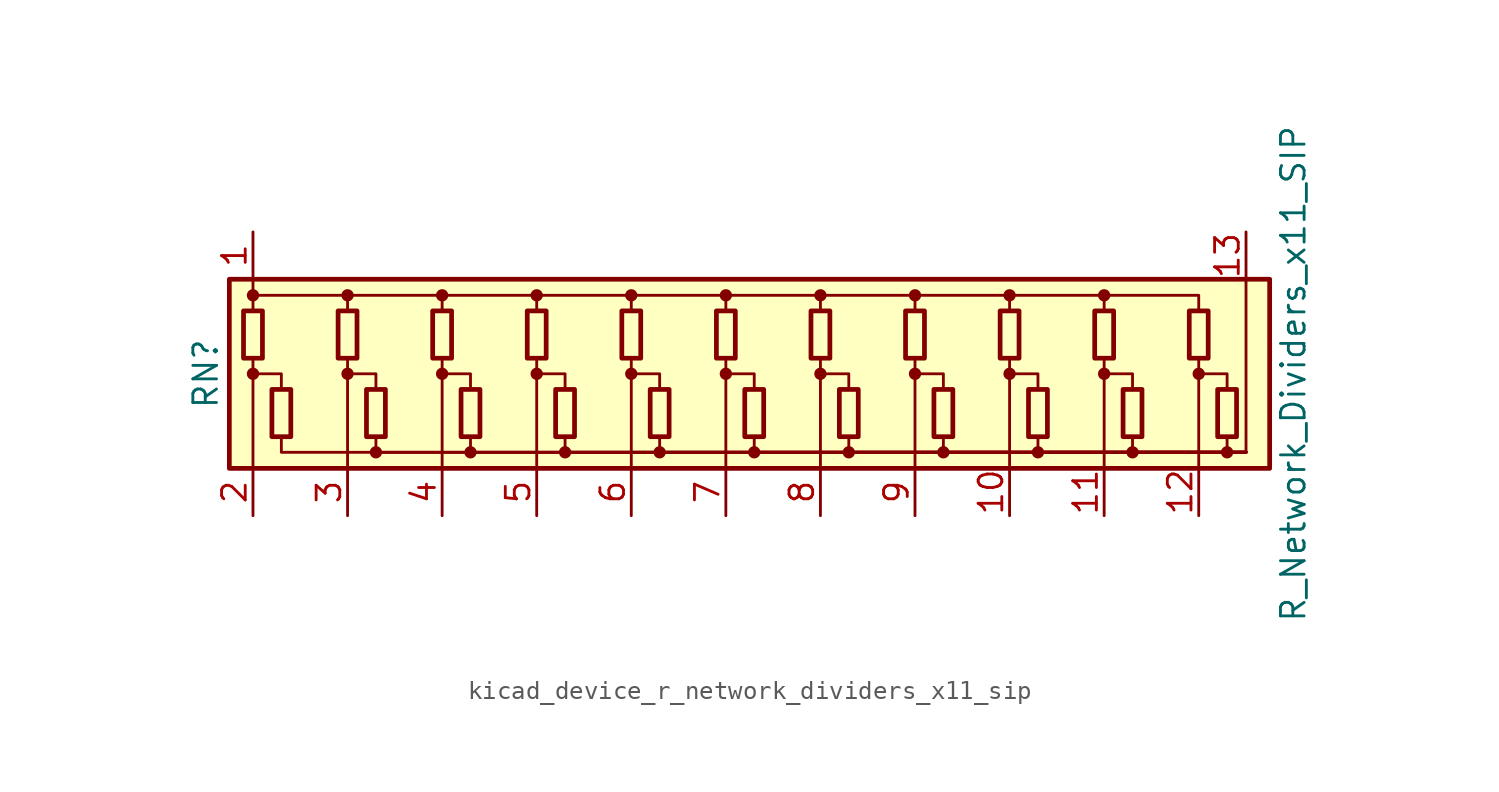
<source format=kicad_sym>
(kicad_symbol_lib
  (version 20220914)
  (generator kicad_symbol_editor)
  (symbol "kicad_device_r_network_dividers_x11_sip"
    (pin_names
      (offset 0) hide)
    (property "Reference" "RN"
      (at -27.94 0 90)
      (effects (font (size 1.27 1.27))))
    (property "Value" "R_Network_Dividers_x11_SIP"
      (at 30.48 0 90)
      (effects (font (size 1.27 1.27))))
    (symbol "kicad_device_r_network_dividers_x11_sip_0_1"
      (rectangle (start -26.67 -5.08) (end 29.21 5.08) (stroke (width 0.254) (type default)) (fill (type background)))
      (rectangle (start -25.908 3.378) (end -24.892 0.838) (stroke (width 0.254) (type default)) (fill (type none)))
      (circle (center -25.4 0) (radius 0.254) (stroke (width 0) (type default)) (fill (type outline)))
      (circle (center -25.4 4.216) (radius 0.254) (stroke (width 0) (type default)) (fill (type outline)))
      (rectangle (start -24.384 -3.378) (end -23.368 -0.838) (stroke (width 0.254) (type default)) (fill (type none)))
      (rectangle (start -20.828 3.378) (end -19.812 0.838) (stroke (width 0.254) (type default)) (fill (type none)))
      (circle (center -20.32 0) (radius 0.254) (stroke (width 0) (type default)) (fill (type outline)))
      (circle (center -20.32 4.216) (radius 0.254) (stroke (width 0) (type default)) (fill (type outline)))
      (rectangle (start -19.304 -3.378) (end -18.288 -0.838) (stroke (width 0.254) (type default)) (fill (type none)))
      (circle (center -18.796 -4.216) (radius 0.254) (stroke (width 0) (type default)) (fill (type outline)))
      (rectangle (start -15.748 3.378) (end -14.732 0.838) (stroke (width 0.254) (type default)) (fill (type none)))
      (circle (center -15.24 0) (radius 0.254) (stroke (width 0) (type default)) (fill (type outline)))
      (circle (center -15.24 4.216) (radius 0.254) (stroke (width 0) (type default)) (fill (type outline)))
      (rectangle (start -14.224 -3.378) (end -13.208 -0.838) (stroke (width 0.254) (type default)) (fill (type none)))
      (circle (center -13.716 -4.216) (radius 0.254) (stroke (width 0) (type default)) (fill (type outline)))
      (rectangle (start -10.668 3.378) (end -9.652 0.838) (stroke (width 0.254) (type default)) (fill (type none)))
      (circle (center -10.16 0) (radius 0.254) (stroke (width 0) (type default)) (fill (type outline)))
      (circle (center -10.16 4.216) (radius 0.254) (stroke (width 0) (type default)) (fill (type outline)))
      (rectangle (start -9.144 -3.378) (end -8.128 -0.838) (stroke (width 0.254) (type default)) (fill (type none)))
      (circle (center -8.636 -4.216) (radius 0.254) (stroke (width 0) (type default)) (fill (type outline)))
      (rectangle (start -5.588 3.378) (end -4.572 0.838) (stroke (width 0.254) (type default)) (fill (type none)))
      (circle (center -5.08 0) (radius 0.254) (stroke (width 0) (type default)) (fill (type outline)))
      (circle (center -5.08 4.216) (radius 0.254) (stroke (width 0) (type default)) (fill (type outline)))
      (rectangle (start -4.064 -3.378) (end -3.048 -0.838) (stroke (width 0.254) (type default)) (fill (type none)))
      (circle (center -3.556 -4.216) (radius 0.254) (stroke (width 0) (type default)) (fill (type outline)))
      (rectangle (start -0.508 3.378) (end 0.508 0.838) (stroke (width 0.254) (type default)) (fill (type none)))
      (polyline (pts (xy -25.4 -5.08) (xy -25.4 0.838)) (stroke (width 0) (type default)) (fill (type none)))
      (polyline (pts (xy -25.4 5.08) (xy -25.4 3.378)) (stroke (width 0) (type default)) (fill (type none)))
      (polyline (pts (xy -20.32 -5.08) (xy -20.32 0.838)) (stroke (width 0) (type default)) (fill (type none)))
      (polyline (pts (xy -15.24 -5.08) (xy -15.24 0.838)) (stroke (width 0) (type default)) (fill (type none)))
      (polyline (pts (xy -10.16 -5.08) (xy -10.16 0.838)) (stroke (width 0) (type default)) (fill (type none)))
      (polyline (pts (xy -5.08 -5.08) (xy -5.08 0.838)) (stroke (width 0) (type default)) (fill (type none)))
      (polyline (pts (xy 0 -5.08) (xy 0 0.838)) (stroke (width 0) (type default)) (fill (type none)))
      (polyline (pts (xy 5.08 -5.08) (xy 5.08 0.838)) (stroke (width 0) (type default)) (fill (type none)))
      (polyline (pts (xy 10.16 -5.08) (xy 10.16 0.838)) (stroke (width 0) (type default)) (fill (type none)))
      (polyline (pts (xy 15.24 -5.08) (xy 15.24 0.838)) (stroke (width 0) (type default)) (fill (type none)))
      (polyline (pts (xy 20.32 -5.08) (xy 20.32 0.838)) (stroke (width 0) (type default)) (fill (type none)))
      (polyline (pts (xy 25.4 -5.08) (xy 25.4 0.838)) (stroke (width 0) (type default)) (fill (type none)))
      (polyline (pts (xy 27.94 -4.216) (xy 27.94 5.08)) (stroke (width 0) (type default)) (fill (type none)))
      (polyline (pts (xy -25.4 0) (xy -23.876 0) (xy -23.876 -0.838)) (stroke (width 0) (type default)) (fill (type none)))
      (polyline (pts (xy -25.4 4.216) (xy -20.32 4.216) (xy -20.32 3.378)) (stroke (width 0) (type default)) (fill (type none)))
      (polyline (pts (xy -23.876 -3.378) (xy -23.876 -4.216) (xy 27.94 -4.216)) (stroke (width 0) (type default)) (fill (type none)))
      (polyline (pts (xy -20.32 0) (xy -18.796 0) (xy -18.796 -0.838)) (stroke (width 0) (type default)) (fill (type none)))
      (polyline (pts (xy -20.32 4.216) (xy -15.24 4.216) (xy -15.24 3.378)) (stroke (width 0) (type default)) (fill (type none)))
      (polyline (pts (xy -18.796 -3.378) (xy -18.796 -4.216) (xy 27.94 -4.216)) (stroke (width 0) (type default)) (fill (type none)))
      (polyline (pts (xy -15.24 0) (xy -13.716 0) (xy -13.716 -0.838)) (stroke (width 0) (type default)) (fill (type none)))
      (polyline (pts (xy -15.24 4.216) (xy -10.16 4.216) (xy -10.16 3.378)) (stroke (width 0) (type default)) (fill (type none)))
      (polyline (pts (xy -13.716 -3.378) (xy -13.716 -4.216) (xy 27.94 -4.216)) (stroke (width 0) (type default)) (fill (type none)))
      (polyline (pts (xy -10.16 0) (xy -8.636 0) (xy -8.636 -0.838)) (stroke (width 0) (type default)) (fill (type none)))
      (polyline (pts (xy -10.16 4.216) (xy -5.08 4.216) (xy -5.08 3.378)) (stroke (width 0) (type default)) (fill (type none)))
      (polyline (pts (xy -8.636 -3.378) (xy -8.636 -4.216) (xy 27.94 -4.216)) (stroke (width 0) (type default)) (fill (type none)))
      (polyline (pts (xy -5.08 0) (xy -3.556 0) (xy -3.556 -0.838)) (stroke (width 0) (type default)) (fill (type none)))
      (polyline (pts (xy -5.08 4.216) (xy 0 4.216) (xy 0 3.378)) (stroke (width 0) (type default)) (fill (type none)))
      (polyline (pts (xy -3.556 -3.378) (xy -3.556 -4.216) (xy 27.94 -4.216)) (stroke (width 0) (type default)) (fill (type none)))
      (polyline (pts (xy 0 0) (xy 1.524 0) (xy 1.524 -0.838)) (stroke (width 0) (type default)) (fill (type none)))
      (polyline (pts (xy 0 4.216) (xy 5.08 4.216) (xy 5.08 3.378)) (stroke (width 0) (type default)) (fill (type none)))
      (polyline (pts (xy 1.524 -3.378) (xy 1.524 -4.216) (xy 27.94 -4.216)) (stroke (width 0) (type default)) (fill (type none)))
      (polyline (pts (xy 5.08 0) (xy 6.604 0) (xy 6.604 -0.838)) (stroke (width 0) (type default)) (fill (type none)))
      (polyline (pts (xy 5.08 4.216) (xy 10.16 4.216) (xy 10.16 3.378)) (stroke (width 0) (type default)) (fill (type none)))
      (polyline (pts (xy 6.604 -3.378) (xy 6.604 -4.216) (xy 27.94 -4.216)) (stroke (width 0) (type default)) (fill (type none)))
      (polyline (pts (xy 10.16 0) (xy 11.684 0) (xy 11.684 -0.838)) (stroke (width 0) (type default)) (fill (type none)))
      (polyline (pts (xy 10.16 4.216) (xy 15.24 4.216) (xy 15.24 3.378)) (stroke (width 0) (type default)) (fill (type none)))
      (polyline (pts (xy 11.684 -3.378) (xy 11.684 -4.216) (xy 27.94 -4.216)) (stroke (width 0) (type default)) (fill (type none)))
      (polyline (pts (xy 15.24 0) (xy 16.764 0) (xy 16.764 -0.838)) (stroke (width 0) (type default)) (fill (type none)))
      (polyline (pts (xy 15.24 4.216) (xy 20.32 4.216) (xy 20.32 3.378)) (stroke (width 0) (type default)) (fill (type none)))
      (polyline (pts (xy 16.764 -3.378) (xy 16.764 -4.216) (xy 27.94 -4.216)) (stroke (width 0) (type default)) (fill (type none)))
      (polyline (pts (xy 20.32 0) (xy 21.844 0) (xy 21.844 -0.838)) (stroke (width 0) (type default)) (fill (type none)))
      (polyline (pts (xy 20.32 4.216) (xy 25.4 4.216) (xy 25.4 3.378)) (stroke (width 0) (type default)) (fill (type none)))
      (polyline (pts (xy 21.844 -3.378) (xy 21.844 -4.216) (xy 27.94 -4.216)) (stroke (width 0) (type default)) (fill (type none)))
      (polyline (pts (xy 25.4 0) (xy 26.924 0) (xy 26.924 -0.838)) (stroke (width 0) (type default)) (fill (type none)))
      (polyline (pts (xy 26.924 -3.378) (xy 26.924 -4.216) (xy 27.94 -4.216)) (stroke (width 0) (type default)) (fill (type none)))
      (circle (center 0 0) (radius 0.254) (stroke (width 0) (type default)) (fill (type outline)))
      (circle (center 0 4.216) (radius 0.254) (stroke (width 0) (type default)) (fill (type outline)))
      (rectangle (start 1.016 -3.378) (end 2.032 -0.838) (stroke (width 0.254) (type default)) (fill (type none)))
      (circle (center 1.524 -4.216) (radius 0.254) (stroke (width 0) (type default)) (fill (type outline)))
      (rectangle (start 4.572 3.378) (end 5.588 0.838) (stroke (width 0.254) (type default)) (fill (type none)))
      (circle (center 5.08 0) (radius 0.254) (stroke (width 0) (type default)) (fill (type outline)))
      (circle (center 5.08 4.216) (radius 0.254) (stroke (width 0) (type default)) (fill (type outline)))
      (rectangle (start 6.096 -3.378) (end 7.112 -0.838) (stroke (width 0.254) (type default)) (fill (type none)))
      (circle (center 6.604 -4.216) (radius 0.254) (stroke (width 0) (type default)) (fill (type outline)))
      (rectangle (start 9.652 3.378) (end 10.668 0.838) (stroke (width 0.254) (type default)) (fill (type none)))
      (circle (center 10.16 0) (radius 0.254) (stroke (width 0) (type default)) (fill (type outline)))
      (circle (center 10.16 4.216) (radius 0.254) (stroke (width 0) (type default)) (fill (type outline)))
      (rectangle (start 11.176 -3.378) (end 12.192 -0.838) (stroke (width 0.254) (type default)) (fill (type none)))
      (circle (center 11.684 -4.216) (radius 0.254) (stroke (width 0) (type default)) (fill (type outline)))
      (rectangle (start 14.732 3.378) (end 15.748 0.838) (stroke (width 0.254) (type default)) (fill (type none)))
      (circle (center 15.24 0) (radius 0.254) (stroke (width 0) (type default)) (fill (type outline)))
      (circle (center 15.24 4.216) (radius 0.254) (stroke (width 0) (type default)) (fill (type outline)))
      (rectangle (start 16.256 -3.378) (end 17.272 -0.838) (stroke (width 0.254) (type default)) (fill (type none)))
      (circle (center 16.764 -4.216) (radius 0.254) (stroke (width 0) (type default)) (fill (type outline)))
      (rectangle (start 19.812 3.378) (end 20.828 0.838) (stroke (width 0.254) (type default)) (fill (type none)))
      (circle (center 20.32 0) (radius 0.254) (stroke (width 0) (type default)) (fill (type outline)))
      (circle (center 20.32 4.216) (radius 0.254) (stroke (width 0) (type default)) (fill (type outline)))
      (rectangle (start 21.336 -3.378) (end 22.352 -0.838) (stroke (width 0.254) (type default)) (fill (type none)))
      (circle (center 21.844 -4.216) (radius 0.254) (stroke (width 0) (type default)) (fill (type outline)))
      (rectangle (start 24.892 3.378) (end 25.908 0.838) (stroke (width 0.254) (type default)) (fill (type none)))
      (circle (center 25.4 0) (radius 0.254) (stroke (width 0) (type default)) (fill (type outline)))
      (rectangle (start 26.416 -3.378) (end 27.432 -0.838) (stroke (width 0.254) (type default)) (fill (type none)))
      (circle (center 26.924 -4.216) (radius 0.254) (stroke (width 0) (type default)) (fill (type outline))))
    (symbol "kicad_device_r_network_dividers_x11_sip_1_1"
      (pin passive line (at -25.4 7.62 270) (length 2.54) (name "COM1" (effects (font (size 1.27 1.27)))) (number "1" (effects (font (size 1.27 1.27)))))
      (pin passive line (at 15.24 -7.62 90) (length 2.54) (name "R9" (effects (font (size 1.27 1.27)))) (number "10" (effects (font (size 1.27 1.27)))))
      (pin passive line (at 20.32 -7.62 90) (length 2.54) (name "R10" (effects (font (size 1.27 1.27)))) (number "11" (effects (font (size 1.27 1.27)))))
      (pin passive line (at 25.4 -7.62 90) (length 2.54) (name "R11" (effects (font (size 1.27 1.27)))) (number "12" (effects (font (size 1.27 1.27)))))
      (pin passive line (at 27.94 7.62 270) (length 2.54) (name "COM2" (effects (font (size 1.27 1.27)))) (number "13" (effects (font (size 1.27 1.27)))))
      (pin passive line (at -25.4 -7.62 90) (length 2.54) (name "R1" (effects (font (size 1.27 1.27)))) (number "2" (effects (font (size 1.27 1.27)))))
      (pin passive line (at -20.32 -7.62 90) (length 2.54) (name "R2" (effects (font (size 1.27 1.27)))) (number "3" (effects (font (size 1.27 1.27)))))
      (pin passive line (at -15.24 -7.62 90) (length 2.54) (name "R3" (effects (font (size 1.27 1.27)))) (number "4" (effects (font (size 1.27 1.27)))))
      (pin passive line (at -10.16 -7.62 90) (length 2.54) (name "R4" (effects (font (size 1.27 1.27)))) (number "5" (effects (font (size 1.27 1.27)))))
      (pin passive line (at -5.08 -7.62 90) (length 2.54) (name "R5" (effects (font (size 1.27 1.27)))) (number "6" (effects (font (size 1.27 1.27)))))
      (pin passive line (at 0 -7.62 90) (length 2.54) (name "R6" (effects (font (size 1.27 1.27)))) (number "7" (effects (font (size 1.27 1.27)))))
      (pin passive line (at 5.08 -7.62 90) (length 2.54) (name "R7" (effects (font (size 1.27 1.27)))) (number "8" (effects (font (size 1.27 1.27)))))
      (pin passive line (at 10.16 -7.62 90) (length 2.54) (name "R8" (effects (font (size 1.27 1.27)))) (number "9" (effects (font (size 1.27 1.27))))))))
</source>
